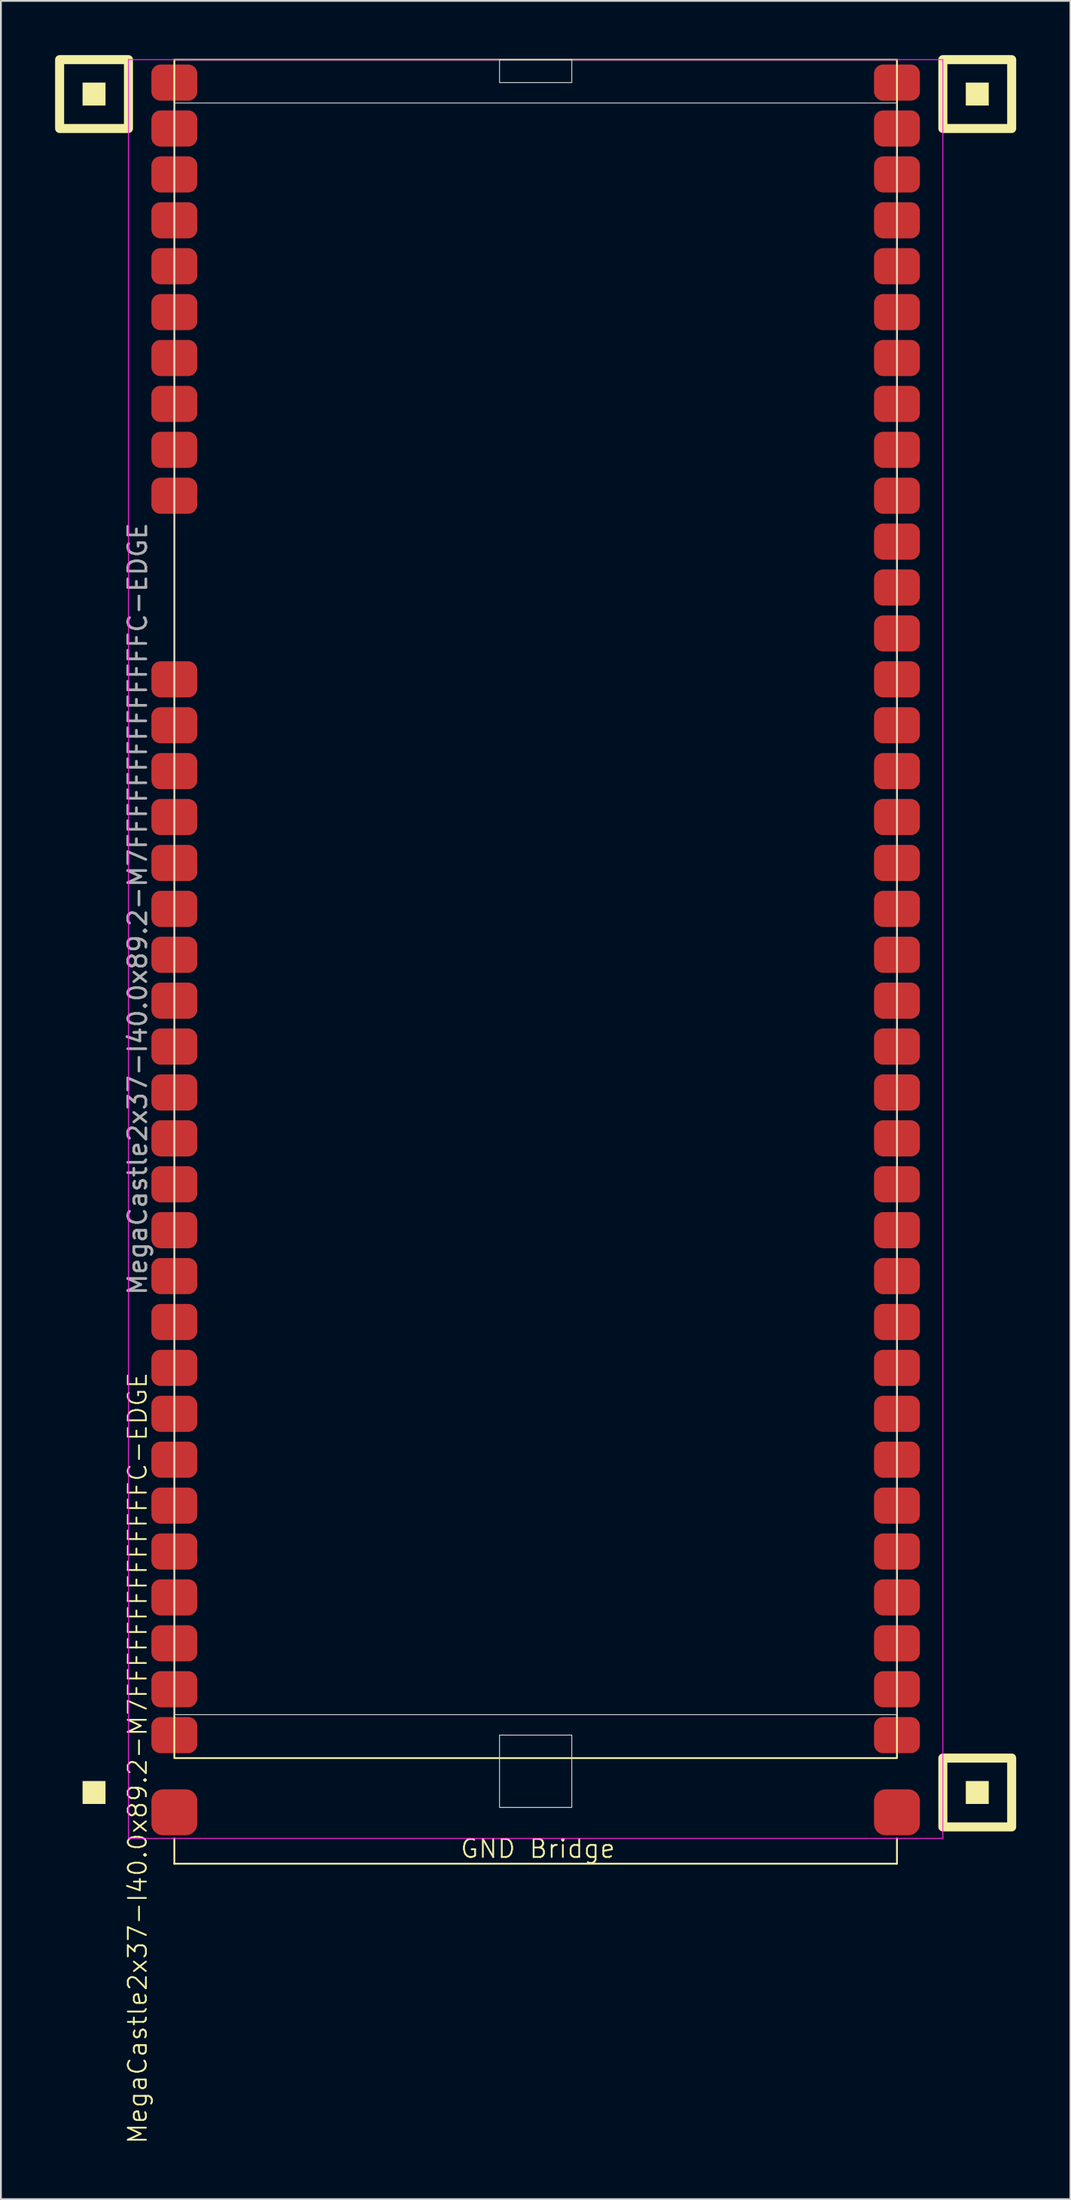
<source format=kicad_pcb>
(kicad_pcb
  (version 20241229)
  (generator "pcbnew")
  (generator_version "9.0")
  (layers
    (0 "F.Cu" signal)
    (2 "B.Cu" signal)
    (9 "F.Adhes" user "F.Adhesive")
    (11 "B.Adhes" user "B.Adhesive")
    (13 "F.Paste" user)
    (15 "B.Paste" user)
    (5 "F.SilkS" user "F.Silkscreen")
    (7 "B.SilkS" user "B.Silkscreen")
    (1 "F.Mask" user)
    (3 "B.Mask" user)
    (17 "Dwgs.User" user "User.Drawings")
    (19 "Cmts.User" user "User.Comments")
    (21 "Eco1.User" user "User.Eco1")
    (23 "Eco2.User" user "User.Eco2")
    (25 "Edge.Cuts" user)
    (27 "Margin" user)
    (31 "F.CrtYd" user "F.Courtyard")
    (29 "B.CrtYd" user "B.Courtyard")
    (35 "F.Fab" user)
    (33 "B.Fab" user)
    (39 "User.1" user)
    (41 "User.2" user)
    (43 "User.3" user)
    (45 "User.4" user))
  (footprint "MegaCastle2x37-I40.0x89.2-M7FFFFFFFFFFFFFFC-EDGE"
    (layer "F.Cu")
    (at 26.6 47.24)
    (property "Reference" "MegaCastle2x37-I40.0x89.2-M7FFFFFFFFFFFFFFC-EDGE" (at -22.032 46.99 90) (unlocked yes) (layer "F.SilkS") (effects (font (size 1 1) (thickness 0.1))))
    (attr smd)
    (fp_line (start -20 51.435) (end -20 52.835) (stroke (width 0.1) (type default)) (layer "F.SilkS"))
    (fp_line (start -20 52.835) (end 20 52.835) (stroke (width 0.1) (type default)) (layer "F.SilkS"))
    (fp_line (start 20 51.435) (end 20 52.835) (stroke (width 0.1) (type default)) (layer "F.SilkS"))
    (fp_rect (start -23.81 -44.45) (end -25.08 -45.72) (stroke (width 0) (type solid)) (fill yes) (layer "F.SilkS"))
    (fp_rect (start -23.81 49.53) (end -25.08 48.26) (stroke (width 0) (type solid)) (fill yes) (layer "F.SilkS"))
    (fp_rect (start -22.54 -43.18) (end -26.35 -46.99) (stroke (width 0.5) (type default)) (fill no) (layer "F.SilkS"))
    (fp_rect (start -20 -46.99) (end 20 46.99) (stroke (width 0.1) (type default)) (fill no) (layer "F.SilkS"))
    (fp_rect (start 25.08 -44.45) (end 23.81 -45.72) (stroke (width 0) (type solid)) (fill yes) (layer "F.SilkS"))
    (fp_rect (start 25.08 49.53) (end 23.81 48.26) (stroke (width 0) (type solid)) (fill yes) (layer "F.SilkS"))
    (fp_rect (start 26.35 -43.18) (end 22.54 -46.99) (stroke (width 0.5) (type default)) (fill no) (layer "F.SilkS"))
    (fp_rect (start 26.35 50.8) (end 22.54 46.99) (stroke (width 0.5) (type default)) (fill no) (layer "F.SilkS"))
    (fp_rect (start -20 -44.59) (end 20 44.59) (stroke (width 0.05) (type default)) (fill no) (layer "Edge.Cuts"))
    (fp_rect (start -2 -45.72) (end 2 -46.99) (stroke (width 0.05) (type default)) (fill no) (layer "Edge.Cuts"))
    (fp_rect (start -2 45.72) (end 2 49.72) (stroke (width 0.05) (type default)) (fill no) (layer "Edge.Cuts"))
    (fp_line (start -22.54 -46.99) (end -22.54 51.435) (stroke (width 0.05) (type default)) (layer "F.CrtYd"))
    (fp_line (start -22.54 51.435) (end 22.54 51.435) (stroke (width 0.05) (type default)) (layer "F.CrtYd"))
    (fp_line (start 22.54 -46.99) (end -22.54 -46.99) (stroke (width 0.05) (type default)) (layer "F.CrtYd"))
    (fp_line (start 22.54 -46.99) (end 22.54 51.435) (stroke (width 0.05) (type default)) (layer "F.CrtYd"))
    (fp_text user "GND Bridge" (at -4.226 52.59 0) (unlocked yes) (layer "F.SilkS") (effects (font (size 1 1) (thickness 0.1)) (justify left bottom)))
    (fp_text user "${REFERENCE}" (at -22.032 0 90) (unlocked yes) (layer "F.Fab") (effects (font (size 1 1) (thickness 0.15))))
    (pad "1" smd roundrect (at -20 -45.72) (size 2.54 2) (layers "F.Cu" "F.Mask" "F.Paste") (roundrect_rratio 0.25))
    (pad "2" smd roundrect (at -20 -43.18) (size 2.54 2) (layers "F.Cu" "F.Mask" "F.Paste") (roundrect_rratio 0.25))
    (pad "3" smd roundrect (at -20 -40.64) (size 2.54 2) (layers "F.Cu" "F.Mask" "F.Paste") (roundrect_rratio 0.25))
    (pad "4" smd roundrect (at -20 -38.1) (size 2.54 2) (layers "F.Cu" "F.Mask" "F.Paste") (roundrect_rratio 0.25))
    (pad "5" smd roundrect (at -20 -35.56) (size 2.54 2) (layers "F.Cu" "F.Mask" "F.Paste") (roundrect_rratio 0.25))
    (pad "6" smd roundrect (at -20 -33.02) (size 2.54 2) (layers "F.Cu" "F.Mask" "F.Paste") (roundrect_rratio 0.25))
    (pad "7" smd roundrect (at -20 -30.48) (size 2.54 2) (layers "F.Cu" "F.Mask" "F.Paste") (roundrect_rratio 0.25))
    (pad "8" smd roundrect (at -20 -27.94) (size 2.54 2) (layers "F.Cu" "F.Mask" "F.Paste") (roundrect_rratio 0.25))
    (pad "9" smd roundrect (at -20 -25.4) (size 2.54 2) (layers "F.Cu" "F.Mask" "F.Paste") (roundrect_rratio 0.25))
    (pad "10" smd roundrect (at -20 -22.86) (size 2.54 2) (layers "F.Cu" "F.Mask" "F.Paste") (roundrect_rratio 0.25))
    (pad "14" smd roundrect (at -20 -12.7) (size 2.54 2) (layers "F.Cu" "F.Mask" "F.Paste") (roundrect_rratio 0.25))
    (pad "15" smd roundrect (at -20 -10.16) (size 2.54 2) (layers "F.Cu" "F.Mask" "F.Paste") (roundrect_rratio 0.25))
    (pad "16" smd roundrect (at -20 -7.62) (size 2.54 2) (layers "F.Cu" "F.Mask" "F.Paste") (roundrect_rratio 0.25))
    (pad "17" smd roundrect (at -20 -5.08) (size 2.54 2) (layers "F.Cu" "F.Mask" "F.Paste") (roundrect_rratio 0.25))
    (pad "18" smd roundrect (at -20 -2.54) (size 2.54 2) (layers "F.Cu" "F.Mask" "F.Paste") (roundrect_rratio 0.25))
    (pad "19" smd roundrect (at -20 0) (size 2.54 2) (layers "F.Cu" "F.Mask" "F.Paste") (roundrect_rratio 0.25))
    (pad "20" smd roundrect (at -20 2.54) (size 2.54 2) (layers "F.Cu" "F.Mask" "F.Paste") (roundrect_rratio 0.25))
    (pad "21" smd roundrect (at -20 5.08) (size 2.54 2) (layers "F.Cu" "F.Mask" "F.Paste") (roundrect_rratio 0.25))
    (pad "22" smd roundrect (at -20 7.62) (size 2.54 2) (layers "F.Cu" "F.Mask" "F.Paste") (roundrect_rratio 0.25))
    (pad "23" smd roundrect (at -20 10.16) (size 2.54 2) (layers "F.Cu" "F.Mask" "F.Paste") (roundrect_rratio 0.25))
    (pad "24" smd roundrect (at -20 12.7) (size 2.54 2) (layers "F.Cu" "F.Mask" "F.Paste") (roundrect_rratio 0.25))
    (pad "25" smd roundrect (at -20 15.24) (size 2.54 2) (layers "F.Cu" "F.Mask" "F.Paste") (roundrect_rratio 0.25))
    (pad "26" smd roundrect (at -20 17.78) (size 2.54 2) (layers "F.Cu" "F.Mask" "F.Paste") (roundrect_rratio 0.25))
    (pad "27" smd roundrect (at -20 20.32) (size 2.54 2) (layers "F.Cu" "F.Mask" "F.Paste") (roundrect_rratio 0.25))
    (pad "28" smd roundrect (at -20 22.86) (size 2.54 2) (layers "F.Cu" "F.Mask" "F.Paste") (roundrect_rratio 0.25))
    (pad "29" smd roundrect (at -20 25.4) (size 2.54 2) (layers "F.Cu" "F.Mask" "F.Paste") (roundrect_rratio 0.25))
    (pad "30" smd roundrect (at -20 27.94) (size 2.54 2) (layers "F.Cu" "F.Mask" "F.Paste") (roundrect_rratio 0.25))
    (pad "31" smd roundrect (at -20 30.48) (size 2.54 2) (layers "F.Cu" "F.Mask" "F.Paste") (roundrect_rratio 0.25))
    (pad "32" smd roundrect (at -20 33.02) (size 2.54 2) (layers "F.Cu" "F.Mask" "F.Paste") (roundrect_rratio 0.25))
    (pad "33" smd roundrect (at -20 35.56) (size 2.54 2) (layers "F.Cu" "F.Mask" "F.Paste") (roundrect_rratio 0.25))
    (pad "34" smd roundrect (at -20 38.1) (size 2.54 2) (layers "F.Cu" "F.Mask" "F.Paste") (roundrect_rratio 0.25))
    (pad "35" smd roundrect (at -20 40.64) (size 2.54 2) (layers "F.Cu" "F.Mask" "F.Paste") (roundrect_rratio 0.25))
    (pad "36" smd roundrect (at -20 43.18) (size 2.54 2) (layers "F.Cu" "F.Mask" "F.Paste") (roundrect_rratio 0.25))
    (pad "37" smd roundrect (at -20 45.72) (size 2.54 2) (layers "F.Cu" "F.Mask" "F.Paste") (roundrect_rratio 0.25))
    (pad "38" smd roundrect (at 20 -45.72) (size 2.54 2) (layers "F.Cu" "F.Mask" "F.Paste") (roundrect_rratio 0.25))
    (pad "39" smd roundrect (at 20 -43.18) (size 2.54 2) (layers "F.Cu" "F.Mask" "F.Paste") (roundrect_rratio 0.25))
    (pad "40" smd roundrect (at 20 -40.64) (size 2.54 2) (layers "F.Cu" "F.Mask" "F.Paste") (roundrect_rratio 0.25))
    (pad "41" smd roundrect (at 20 -38.1) (size 2.54 2) (layers "F.Cu" "F.Mask" "F.Paste") (roundrect_rratio 0.25))
    (pad "42" smd roundrect (at 20 -35.56) (size 2.54 2) (layers "F.Cu" "F.Mask" "F.Paste") (roundrect_rratio 0.25))
    (pad "43" smd roundrect (at 20 -33.02) (size 2.54 2) (layers "F.Cu" "F.Mask" "F.Paste") (roundrect_rratio 0.25))
    (pad "44" smd roundrect (at 20 -30.48) (size 2.54 2) (layers "F.Cu" "F.Mask" "F.Paste") (roundrect_rratio 0.25))
    (pad "45" smd roundrect (at 20 -27.94) (size 2.54 2) (layers "F.Cu" "F.Mask" "F.Paste") (roundrect_rratio 0.25))
    (pad "46" smd roundrect (at 20 -25.4) (size 2.54 2) (layers "F.Cu" "F.Mask" "F.Paste") (roundrect_rratio 0.25))
    (pad "47" smd roundrect (at 20 -22.86) (size 2.54 2) (layers "F.Cu" "F.Mask" "F.Paste") (roundrect_rratio 0.25))
    (pad "48" smd roundrect (at 20 -20.32) (size 2.54 2) (layers "F.Cu" "F.Mask" "F.Paste") (roundrect_rratio 0.25))
    (pad "49" smd roundrect (at 20 -17.78) (size 2.54 2) (layers "F.Cu" "F.Mask" "F.Paste") (roundrect_rratio 0.25))
    (pad "50" smd roundrect (at 20 -15.24) (size 2.54 2) (layers "F.Cu" "F.Mask" "F.Paste") (roundrect_rratio 0.25))
    (pad "51" smd roundrect (at 20 -12.7) (size 2.54 2) (layers "F.Cu" "F.Mask" "F.Paste") (roundrect_rratio 0.25))
    (pad "52" smd roundrect (at 20 -10.16) (size 2.54 2) (layers "F.Cu" "F.Mask" "F.Paste") (roundrect_rratio 0.25))
    (pad "53" smd roundrect (at 20 -7.62) (size 2.54 2) (layers "F.Cu" "F.Mask" "F.Paste") (roundrect_rratio 0.25))
    (pad "54" smd roundrect (at 20 -5.08) (size 2.54 2) (layers "F.Cu" "F.Mask" "F.Paste") (roundrect_rratio 0.25))
    (pad "55" smd roundrect (at 20 -2.54) (size 2.54 2) (layers "F.Cu" "F.Mask" "F.Paste") (roundrect_rratio 0.25))
    (pad "56" smd roundrect (at 20 0) (size 2.54 2) (layers "F.Cu" "F.Mask" "F.Paste") (roundrect_rratio 0.25))
    (pad "57" smd roundrect (at 20 2.54) (size 2.54 2) (layers "F.Cu" "F.Mask" "F.Paste") (roundrect_rratio 0.25))
    (pad "58" smd roundrect (at 20 5.08) (size 2.54 2) (layers "F.Cu" "F.Mask" "F.Paste") (roundrect_rratio 0.25))
    (pad "59" smd roundrect (at 20 7.62) (size 2.54 2) (layers "F.Cu" "F.Mask" "F.Paste") (roundrect_rratio 0.25))
    (pad "60" smd roundrect (at 20 10.16) (size 2.54 2) (layers "F.Cu" "F.Mask" "F.Paste") (roundrect_rratio 0.25))
    (pad "61" smd roundrect (at 20 12.7) (size 2.54 2) (layers "F.Cu" "F.Mask" "F.Paste") (roundrect_rratio 0.25))
    (pad "62" smd roundrect (at 20 15.24) (size 2.54 2) (layers "F.Cu" "F.Mask" "F.Paste") (roundrect_rratio 0.25))
    (pad "63" smd roundrect (at 20 17.78) (size 2.54 2) (layers "F.Cu" "F.Mask" "F.Paste") (roundrect_rratio 0.25))
    (pad "64" smd roundrect (at 20 20.32) (size 2.54 2) (layers "F.Cu" "F.Mask" "F.Paste") (roundrect_rratio 0.25))
    (pad "65" smd roundrect (at 20 22.86) (size 2.54 2) (layers "F.Cu" "F.Mask" "F.Paste") (roundrect_rratio 0.25))
    (pad "66" smd roundrect (at 20 25.4) (size 2.54 2) (layers "F.Cu" "F.Mask" "F.Paste") (roundrect_rratio 0.25))
    (pad "67" smd roundrect (at 20 27.94) (size 2.54 2) (layers "F.Cu" "F.Mask" "F.Paste") (roundrect_rratio 0.25))
    (pad "68" smd roundrect (at 20 30.48) (size 2.54 2) (layers "F.Cu" "F.Mask" "F.Paste") (roundrect_rratio 0.25))
    (pad "69" smd roundrect (at 20 33.02) (size 2.54 2) (layers "F.Cu" "F.Mask" "F.Paste") (roundrect_rratio 0.25))
    (pad "70" smd roundrect (at 20 35.56) (size 2.54 2) (layers "F.Cu" "F.Mask" "F.Paste") (roundrect_rratio 0.25))
    (pad "71" smd roundrect (at 20 38.1) (size 2.54 2) (layers "F.Cu" "F.Mask" "F.Paste") (roundrect_rratio 0.25))
    (pad "72" smd roundrect (at 20 40.64) (size 2.54 2) (layers "F.Cu" "F.Mask" "F.Paste") (roundrect_rratio 0.25))
    (pad "73" smd roundrect (at 20 43.18) (size 2.54 2) (layers "F.Cu" "F.Mask" "F.Paste") (roundrect_rratio 0.25))
    (pad "74" smd roundrect (at 20 45.72) (size 2.54 2) (layers "F.Cu" "F.Mask" "F.Paste") (roundrect_rratio 0.25))
    (pad "B1" smd roundrect (at -20 49.99) (size 2.54 2.54) (layers "F.Cu" "F.Mask" "F.Paste") (roundrect_rratio 0.25))
    (pad "B2" smd roundrect (at 20 49.99) (size 2.54 2.54) (layers "F.Cu" "F.Mask" "F.Paste") (roundrect_rratio 0.25)))
  (gr_rect
    (start -3 -3)
    (end 56.2 118.637)
    (stroke (width 0.1) (type default))
    (fill no)
    (layer "Edge.Cuts")))
</source>
